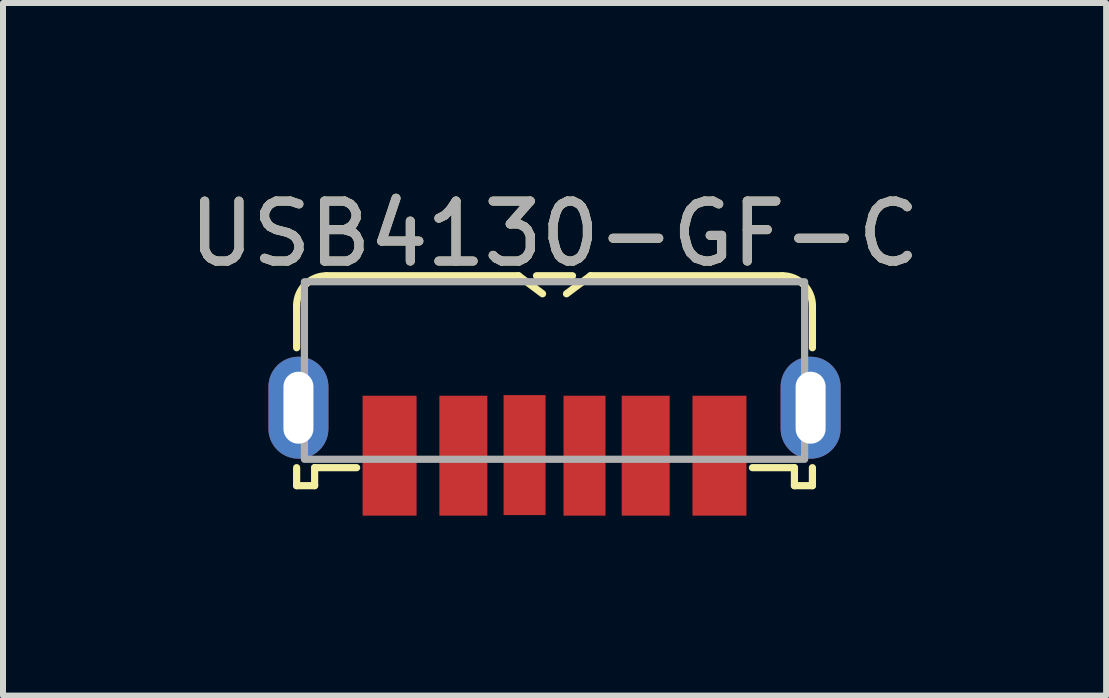
<source format=kicad_pcb>
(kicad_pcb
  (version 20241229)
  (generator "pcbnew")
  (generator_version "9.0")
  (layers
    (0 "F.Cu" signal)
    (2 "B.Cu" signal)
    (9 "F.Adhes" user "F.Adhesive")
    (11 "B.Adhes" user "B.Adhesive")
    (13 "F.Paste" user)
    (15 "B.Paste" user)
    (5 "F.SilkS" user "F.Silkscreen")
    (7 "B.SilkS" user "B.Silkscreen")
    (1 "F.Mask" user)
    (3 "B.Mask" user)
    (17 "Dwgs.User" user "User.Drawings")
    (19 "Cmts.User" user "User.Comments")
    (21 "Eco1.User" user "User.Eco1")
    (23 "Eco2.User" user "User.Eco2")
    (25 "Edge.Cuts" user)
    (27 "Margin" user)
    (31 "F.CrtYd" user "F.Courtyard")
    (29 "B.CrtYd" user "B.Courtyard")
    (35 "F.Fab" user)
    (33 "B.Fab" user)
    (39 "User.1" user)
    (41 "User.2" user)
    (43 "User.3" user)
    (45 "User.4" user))
  (footprint "USB4130-GF-C"
    (layer "F.Cu")
    (at 6.196 4.548)
    (property "Reference" "USB4130-GF-C" (at 0 -3.7 0) (unlocked yes) (layer "F.SilkS") (effects (font (size 1 1) (thickness 0.15))))
    (attr smd)
    (fp_line (start -4.3 -1.8) (end -4.3 -2.5) (stroke (width 0.12) (type solid)) (layer "F.SilkS"))
    (fp_line (start -4.3 0.5) (end -4.3 0.2) (stroke (width 0.12) (type solid)) (layer "F.SilkS"))
    (fp_line (start -4 0.2) (end -4 0.5) (stroke (width 0.12) (type solid)) (layer "F.SilkS"))
    (fp_line (start -4 0.5) (end -4.3 0.5) (stroke (width 0.12) (type solid)) (layer "F.SilkS"))
    (fp_line (start -3.8 -3) (end -0.6 -3) (stroke (width 0.12) (type solid)) (layer "F.SilkS"))
    (fp_line (start -3.3 0.2) (end -4 0.2) (stroke (width 0.12) (type solid)) (layer "F.SilkS"))
    (fp_line (start -0.6 -3) (end -0.2 -2.7) (stroke (width 0.12) (type solid)) (layer "F.SilkS"))
    (fp_line (start -0.3 -3) (end 0.3 -3) (stroke (width 0.12) (type solid)) (layer "F.SilkS"))
    (fp_line (start 0.6 -3) (end 0.2 -2.7) (stroke (width 0.12) (type solid)) (layer "F.SilkS"))
    (fp_line (start 0.6 -3) (end 3.8 -3) (stroke (width 0.12) (type solid)) (layer "F.SilkS"))
    (fp_line (start 4 0.2) (end 3.3 0.2) (stroke (width 0.12) (type solid)) (layer "F.SilkS"))
    (fp_line (start 4 0.5) (end 4 0.2) (stroke (width 0.12) (type solid)) (layer "F.SilkS"))
    (fp_line (start 4.3 -2.5) (end 4.3 -1.8) (stroke (width 0.12) (type solid)) (layer "F.SilkS"))
    (fp_line (start 4.3 0.5) (end 4 0.5) (stroke (width 0.12) (type solid)) (layer "F.SilkS"))
    (fp_line (start 4.3 0.5) (end 4.3 0.2) (stroke (width 0.12) (type solid)) (layer "F.SilkS"))
    (fp_arc (start -4.3 -2.5) (mid -4.153553 -2.853553) (end -3.8 -3) (stroke (width 0.12) (type solid)) (layer "F.SilkS"))
    (fp_arc (start 3.8 -3) (mid 4.153553 -2.853553) (end 4.3 -2.5) (stroke (width 0.12) (type solid)) (layer "F.SilkS"))
    (fp_rect (start -4.17 -2.9) (end 4.17 0.06) (stroke (width 0.12) (type solid)) (fill no) (layer "F.Fab"))
    (fp_text user "${REFERENCE}" (at 0 -3.7 0) (unlocked yes) (layer "F.Fab") (effects (font (size 1 1) (thickness 0.15))))
    (pad "" thru_hole oval (at -4.27 -0.8) (size 1 1.7) (drill oval 0.5 1.2) (layers "*.Cu" "*.Mask"))
    (pad "" thru_hole oval (at 4.27 -0.8) (size 1 1.7) (drill oval 0.5 1.2) (layers "*.Cu" "*.Mask"))
    (pad "A5" smd rect (at -0.5 -0.01) (size 0.7 2) (layers "F.Cu" "F.Mask" "F.Paste"))
    (pad "A9" smd rect (at 1.52 0) (size 0.8 2) (layers "F.Cu" "F.Mask" "F.Paste"))
    (pad "A12" smd rect (at 2.75 0) (size 0.9 2) (layers "F.Cu" "F.Mask" "F.Paste"))
    (pad "B5" smd rect (at 0.5 0) (size 0.7 2) (layers "F.Cu" "F.Mask" "F.Paste"))
    (pad "B9" smd rect (at -1.52 0) (size 0.8 2) (layers "F.Cu" "F.Mask" "F.Paste"))
    (pad "B12" smd rect (at -2.75 0) (size 0.9 2) (layers "F.Cu" "F.Mask" "F.Paste")))
  (gr_rect
    (start -3 -3)
    (end 15.393 8.548)
    (stroke (width 0.1) (type default))
    (fill no)
    (layer "Edge.Cuts")))
</source>
